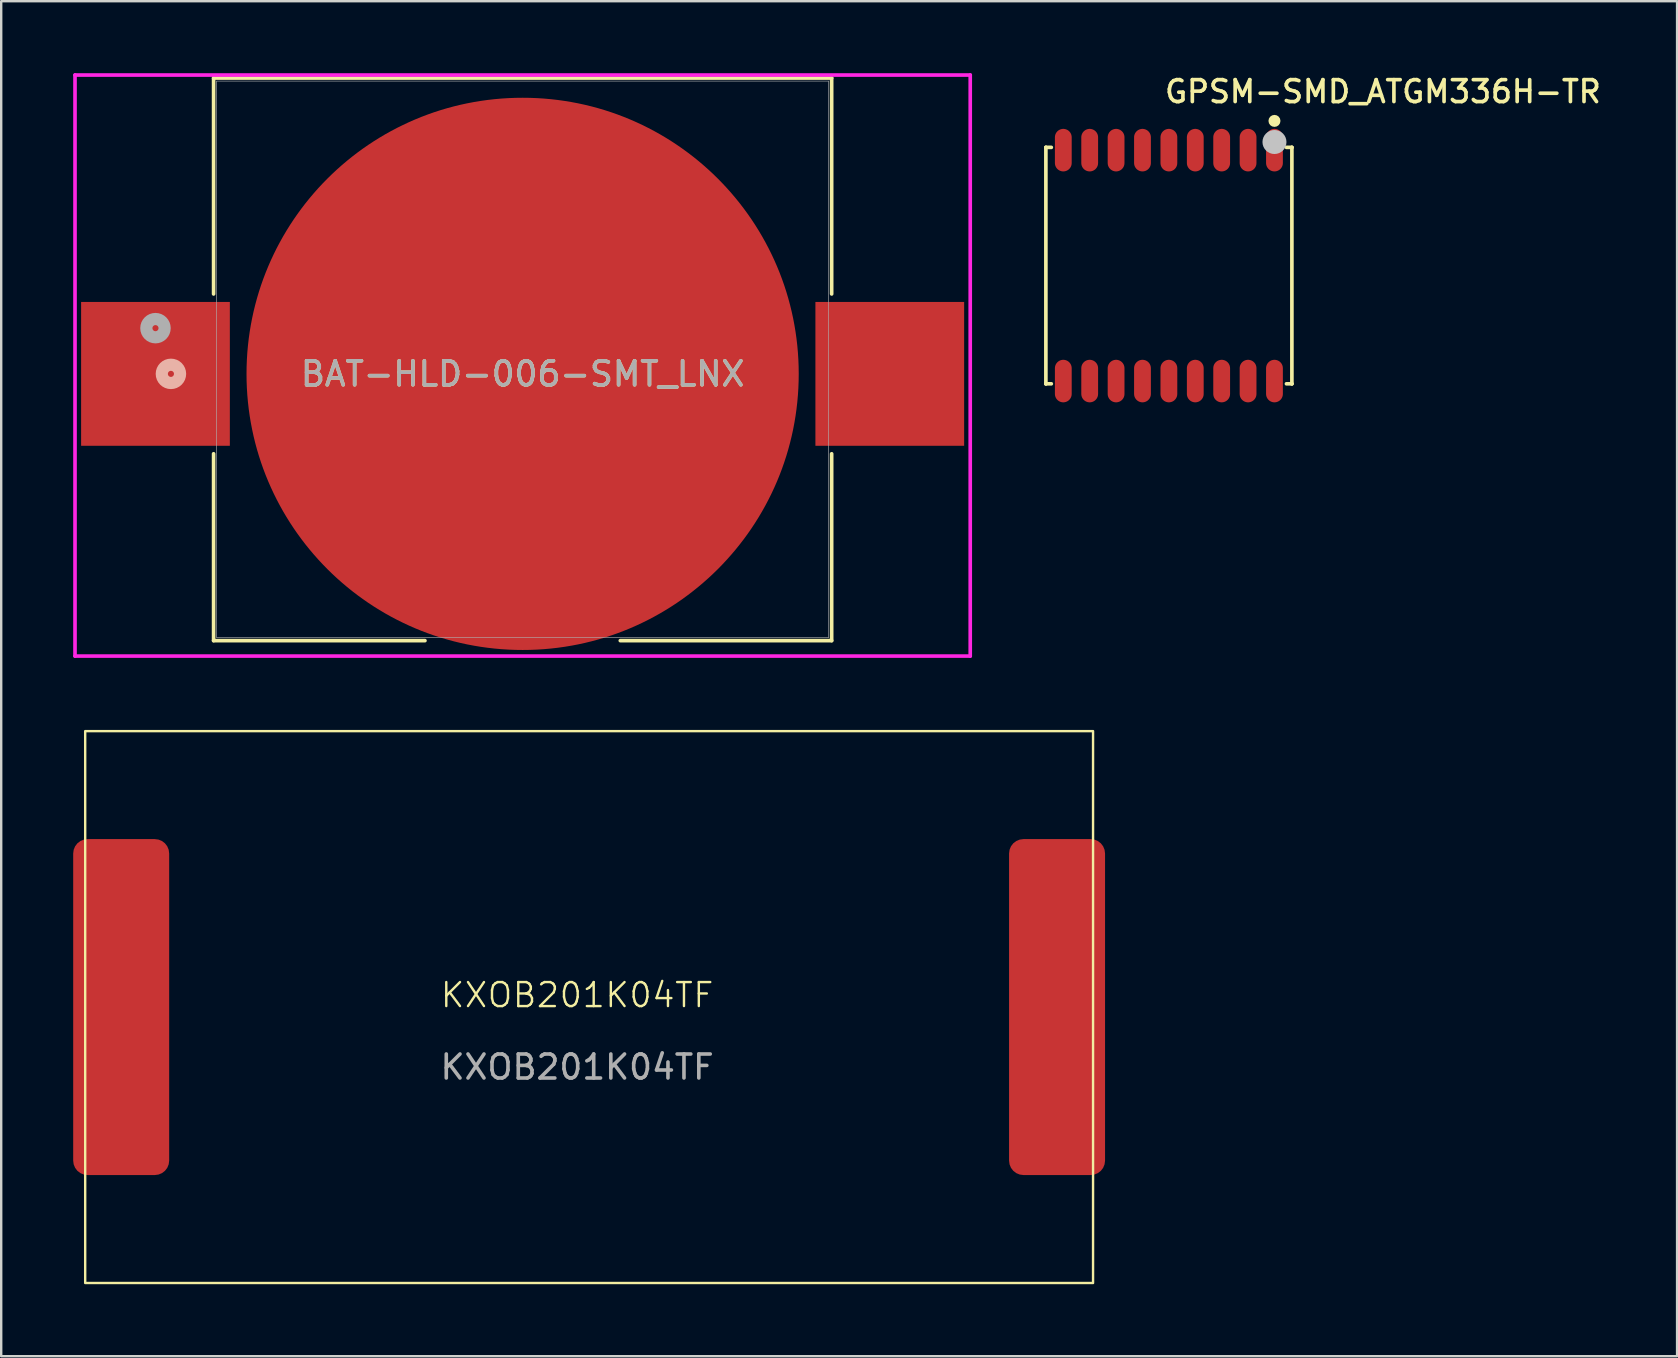
<source format=kicad_pcb>
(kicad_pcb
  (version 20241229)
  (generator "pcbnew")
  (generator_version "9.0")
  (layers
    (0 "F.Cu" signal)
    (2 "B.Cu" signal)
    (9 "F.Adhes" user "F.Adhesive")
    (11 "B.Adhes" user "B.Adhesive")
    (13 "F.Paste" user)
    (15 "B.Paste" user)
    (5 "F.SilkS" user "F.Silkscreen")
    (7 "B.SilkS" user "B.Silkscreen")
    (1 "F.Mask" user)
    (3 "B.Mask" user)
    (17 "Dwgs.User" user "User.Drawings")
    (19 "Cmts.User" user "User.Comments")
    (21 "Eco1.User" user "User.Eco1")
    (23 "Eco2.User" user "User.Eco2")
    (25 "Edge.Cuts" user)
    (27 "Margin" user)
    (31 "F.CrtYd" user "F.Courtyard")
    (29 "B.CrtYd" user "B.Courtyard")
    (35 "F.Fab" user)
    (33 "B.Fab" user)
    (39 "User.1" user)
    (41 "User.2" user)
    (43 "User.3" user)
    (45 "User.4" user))
  (footprint "BAT-HLD-006-SMT_LNX"
    (layer "F.Cu")
    (at 18.729 11.925)
    (property "Reference" "BAT-HLD-006-SMT_LNX" (at 0 0.605 0) (unlocked yes) (layer "F.SilkS") (effects (font (size 1 1) (thickness 0.15))))
    (attr smd)
    (fp_line (start -12.878 -11.722) (end -12.878 -2.725) (stroke (width 0.152) (type solid)) (layer "F.SilkS"))
    (fp_line (start -12.878 3.935) (end -12.878 11.722) (stroke (width 0.152) (type solid)) (layer "F.SilkS"))
    (fp_line (start -12.878 11.722) (end -4.07 11.722) (stroke (width 0.152) (type solid)) (layer "F.SilkS"))
    (fp_line (start 4.07 11.722) (end 12.878 11.722) (stroke (width 0.152) (type solid)) (layer "F.SilkS"))
    (fp_line (start 12.878 -11.722) (end -12.878 -11.722) (stroke (width 0.152) (type solid)) (layer "F.SilkS"))
    (fp_line (start 12.878 -2.725) (end 12.878 -11.722) (stroke (width 0.152) (type solid)) (layer "F.SilkS"))
    (fp_line (start 12.878 11.722) (end 12.878 3.935) (stroke (width 0.152) (type solid)) (layer "F.SilkS"))
    (fp_circle (center -14.656 0.605) (end -14.275 0.605) (stroke (width 0.508) (type solid)) (fill no) (layer "B.SilkS"))
    (fp_line (start -18.653 -11.849) (end -18.653 12.365) (stroke (width 0.152) (type solid)) (layer "F.CrtYd"))
    (fp_line (start -18.653 12.365) (end 18.653 12.365) (stroke (width 0.152) (type solid)) (layer "F.CrtYd"))
    (fp_line (start 18.653 -11.849) (end -18.653 -11.849) (stroke (width 0.152) (type solid)) (layer "F.CrtYd"))
    (fp_line (start 18.653 12.365) (end 18.653 -11.849) (stroke (width 0.152) (type solid)) (layer "F.CrtYd"))
    (fp_line (start -12.751 -11.595) (end -12.751 11.595) (stroke (width 0.025) (type solid)) (layer "F.Fab"))
    (fp_line (start -12.751 11.595) (end 12.751 11.595) (stroke (width 0.025) (type solid)) (layer "F.Fab"))
    (fp_line (start 12.751 -11.595) (end -12.751 -11.595) (stroke (width 0.025) (type solid)) (layer "F.Fab"))
    (fp_line (start 12.751 11.595) (end 12.751 -11.595) (stroke (width 0.025) (type solid)) (layer "F.Fab"))
    (fp_circle (center -15.3 -1.3) (end -14.919 -1.3) (stroke (width 0.508) (type solid)) (fill no) (layer "F.Fab"))
    (fp_text user "${REFERENCE}" (at 0 0.605 0) (unlocked yes) (layer "F.Fab") (effects (font (size 1 1) (thickness 0.15))))
    (pad "1" smd rect (at -15.3 0.605) (size 6.198 5.994) (layers "F.Cu" "F.Mask" "F.Paste"))
    (pad "2" smd rect (at 15.3 0.605) (size 6.198 5.994) (layers "F.Cu" "F.Mask" "F.Paste"))
    (pad "3" smd circle (at 0 0.605) (size 23.012 23.012) (layers "F.Cu" "F.Mask" "F.Paste")))
  (footprint "KXOB201K04TF"
    (layer "F.Cu")
    (at 21 38.917)
    (property "Reference" "KXOB201K04TF" (at 0 -0.5 0) (unlocked yes) (layer "F.SilkS") (effects (font (size 1 1) (thickness 0.1))))
    (attr smd)
    (fp_rect (start -20.5 -11.5) (end 21.5 11.5) (stroke (width 0.1) (type default)) (fill no) (layer "F.SilkS"))
    (fp_rect (start -20.5 -11.5) (end 21.5 11.5) (stroke (width 0.1) (type default)) (fill no) (layer "Margin"))
    (fp_text user "${REFERENCE}" (at 0 2.5 0) (unlocked yes) (layer "F.Fab") (effects (font (size 1 1) (thickness 0.15))))
    (pad "1" smd roundrect (at 20 0 180) (size 4 14) (layers "F.Cu" "F.Mask" "F.Paste") (roundrect_rratio 0.15))
    (pad "2" smd roundrect (at -19 0 180) (size 4 14) (layers "F.Cu" "F.Mask" "F.Paste") (roundrect_rratio 0.15)))
  (footprint "GPSM-SMD_ATGM336H-TR"
    (layer "F.Cu")
    (at 45.66 8.018)
    (property "Reference" "GPSM-SMD_ATGM336H-TR" (at -0.254 -7.785 0) (layer "F.SilkS") (effects (font (size 0.914 0.914) (thickness 0.152)) (justify left top)))
    (fp_line (start -5.126 -4.926) (end -5.126 -4.926) (stroke (width 0.152) (type default)) (layer "F.SilkS"))
    (fp_line (start -5.126 -4.926) (end -5.126 4.926) (stroke (width 0.152) (type default)) (layer "F.SilkS"))
    (fp_line (start -5.126 4.926) (end -5.126 4.926) (stroke (width 0.152) (type default)) (layer "F.SilkS"))
    (fp_line (start -5.126 4.926) (end -4.899 4.926) (stroke (width 0.152) (type default)) (layer "F.SilkS"))
    (fp_line (start -4.899 -4.926) (end -5.126 -4.926) (stroke (width 0.152) (type default)) (layer "F.SilkS"))
    (fp_line (start 4.899 -4.926) (end 5.126 -4.926) (stroke (width 0.152) (type default)) (layer "F.SilkS"))
    (fp_line (start 5.126 -4.926) (end 5.126 -4.926) (stroke (width 0.152) (type default)) (layer "F.SilkS"))
    (fp_line (start 5.126 -4.926) (end 5.126 4.926) (stroke (width 0.152) (type default)) (layer "F.SilkS"))
    (fp_line (start 5.126 4.926) (end 4.899 4.926) (stroke (width 0.152) (type default)) (layer "F.SilkS"))
    (fp_line (start 5.126 4.926) (end 5.126 4.926) (stroke (width 0.152) (type default)) (layer "F.SilkS"))
    (fp_circle (center 4.4 -6.03) (end 4.525 -6.03) (stroke (width 0.25) (type default)) (fill no) (layer "F.SilkS"))
    (fp_circle (center 4.4 -5.15) (end 4.65 -5.15) (stroke (width 0.5) (type default)) (fill no) (layer "Dwgs.User"))
    (fp_circle (center 5.05 -4.85) (end 5.08 -4.85) (stroke (width 0.06) (type default)) (fill no) (layer "User.5"))
    (pad "1" smd oval (at 4.4 -4.811 180) (size 0.7 1.773) (layers "F.Cu" "F.Mask" "F.Paste"))
    (pad "2" smd oval (at 3.3 -4.811 180) (size 0.7 1.773) (layers "F.Cu" "F.Mask" "F.Paste"))
    (pad "3" smd oval (at 2.2 -4.811 180) (size 0.7 1.773) (layers "F.Cu" "F.Mask" "F.Paste"))
    (pad "4" smd oval (at 1.1 -4.811 180) (size 0.7 1.773) (layers "F.Cu" "F.Mask" "F.Paste"))
    (pad "5" smd oval (at 0.0001 -4.811 180) (size 0.7 1.773) (layers "F.Cu" "F.Mask" "F.Paste"))
    (pad "6" smd oval (at -1.1 -4.811 180) (size 0.7 1.773) (layers "F.Cu" "F.Mask" "F.Paste"))
    (pad "7" smd oval (at -2.2 -4.811 180) (size 0.7 1.773) (layers "F.Cu" "F.Mask" "F.Paste"))
    (pad "8" smd oval (at -3.3 -4.811 180) (size 0.7 1.773) (layers "F.Cu" "F.Mask" "F.Paste"))
    (pad "9" smd oval (at -4.4 -4.811 180) (size 0.7 1.773) (layers "F.Cu" "F.Mask" "F.Paste"))
    (pad "10" smd oval (at -4.4 4.812 180) (size 0.7 1.773) (layers "F.Cu" "F.Mask" "F.Paste"))
    (pad "11" smd oval (at -3.3 4.812 180) (size 0.7 1.773) (layers "F.Cu" "F.Mask" "F.Paste"))
    (pad "12" smd oval (at -2.2 4.812 180) (size 0.7 1.773) (layers "F.Cu" "F.Mask" "F.Paste"))
    (pad "13" smd oval (at -1.1 4.812 180) (size 0.7 1.773) (layers "F.Cu" "F.Mask" "F.Paste"))
    (pad "14" smd oval (at 0.0001 4.812 180) (size 0.7 1.773) (layers "F.Cu" "F.Mask" "F.Paste"))
    (pad "15" smd oval (at 1.1 4.812 180) (size 0.7 1.773) (layers "F.Cu" "F.Mask" "F.Paste"))
    (pad "16" smd oval (at 2.2 4.812 180) (size 0.7 1.773) (layers "F.Cu" "F.Mask" "F.Paste"))
    (pad "17" smd oval (at 3.3 4.812 180) (size 0.7 1.773) (layers "F.Cu" "F.Mask" "F.Paste"))
    (pad "18" smd oval (at 4.4 4.812 180) (size 0.7 1.773) (layers "F.Cu" "F.Mask" "F.Paste"))
    (zone (net_name "") (layer "User.3") (hatch edge 0.5) (priority 100) (connect_pads yes) (min_thickness 0) (filled_areas_thickness no) (fill yes) (polygon (pts (xy 50.71 3.168) (xy 50.71 12.868) (xy 40.61 12.868) (xy 40.61 3.168))) (filled_polygon (layer "User.3") (island) (pts (xy 50.71 3.168) (xy 50.71 12.868) (xy 40.61 12.868) (xy 40.61 3.168))))
    (zone (net_name "") (layer "User.4") (hatch edge 0.5) (priority 100) (connect_pads yes) (min_thickness 0) (filled_areas_thickness no) (fill yes) (polygon (pts (xy 41.66 4.068) (xy 40.86 4.068) (xy 40.86 3.168) (xy 41.66 3.168))) (filled_polygon (layer "User.4") (island) (pts (xy 41.66 4.068) (xy 40.86 4.068) (xy 40.86 3.168) (xy 41.66 3.168))))
    (zone (net_name "") (layer "User.4") (hatch edge 0.5) (priority 100) (connect_pads yes) (min_thickness 0) (filled_areas_thickness no) (fill yes) (polygon (pts (xy 41.66 12.868) (xy 40.86 12.868) (xy 40.86 11.968) (xy 41.66 11.968))) (filled_polygon (layer "User.4") (island) (pts (xy 41.66 12.868) (xy 40.86 12.868) (xy 40.86 11.968) (xy 41.66 11.968))))
    (zone (net_name "") (layer "User.4") (hatch edge 0.5) (priority 100) (connect_pads yes) (min_thickness 0) (filled_areas_thickness no) (fill yes) (polygon (pts (xy 42.76 4.068) (xy 41.96 4.068) (xy 41.96 3.168) (xy 42.76 3.168))) (filled_polygon (layer "User.4") (island) (pts (xy 42.76 4.068) (xy 41.96 4.068) (xy 41.96 3.168) (xy 42.76 3.168))))
    (zone (net_name "") (layer "User.4") (hatch edge 0.5) (priority 100) (connect_pads yes) (min_thickness 0) (filled_areas_thickness no) (fill yes) (polygon (pts (xy 42.76 12.868) (xy 41.96 12.868) (xy 41.96 11.968) (xy 42.76 11.968))) (filled_polygon (layer "User.4") (island) (pts (xy 42.76 12.868) (xy 41.96 12.868) (xy 41.96 11.968) (xy 42.76 11.968))))
    (zone (net_name "") (layer "User.4") (hatch edge 0.5) (priority 100) (connect_pads yes) (min_thickness 0) (filled_areas_thickness no) (fill yes) (polygon (pts (xy 43.86 4.068) (xy 43.06 4.068) (xy 43.06 3.168) (xy 43.86 3.168))) (filled_polygon (layer "User.4") (island) (pts (xy 43.86 4.068) (xy 43.06 4.068) (xy 43.06 3.168) (xy 43.86 3.168))))
    (zone (net_name "") (layer "User.4") (hatch edge 0.5) (priority 100) (connect_pads yes) (min_thickness 0) (filled_areas_thickness no) (fill yes) (polygon (pts (xy 43.86 12.868) (xy 43.06 12.868) (xy 43.06 11.968) (xy 43.86 11.968))) (filled_polygon (layer "User.4") (island) (pts (xy 43.86 12.868) (xy 43.06 12.868) (xy 43.06 11.968) (xy 43.86 11.968))))
    (zone (net_name "") (layer "User.4") (hatch edge 0.5) (priority 100) (connect_pads yes) (min_thickness 0) (filled_areas_thickness no) (fill yes) (polygon (pts (xy 44.96 4.068) (xy 44.16 4.068) (xy 44.16 3.168) (xy 44.96 3.168))) (filled_polygon (layer "User.4") (island) (pts (xy 44.96 4.068) (xy 44.16 4.068) (xy 44.16 3.168) (xy 44.96 3.168))))
    (zone (net_name "") (layer "User.4") (hatch edge 0.5) (priority 100) (connect_pads yes) (min_thickness 0) (filled_areas_thickness no) (fill yes) (polygon (pts (xy 44.96 12.868) (xy 44.16 12.868) (xy 44.16 11.968) (xy 44.96 11.968))) (filled_polygon (layer "User.4") (island) (pts (xy 44.96 12.868) (xy 44.16 12.868) (xy 44.16 11.968) (xy 44.96 11.968))))
    (zone (net_name "") (layer "User.4") (hatch edge 0.5) (priority 100) (connect_pads yes) (min_thickness 0) (filled_areas_thickness no) (fill yes) (polygon (pts (xy 46.06 4.068) (xy 45.26 4.068) (xy 45.26 3.168) (xy 46.06 3.168))) (filled_polygon (layer "User.4") (island) (pts (xy 46.06 4.068) (xy 45.26 4.068) (xy 45.26 3.168) (xy 46.06 3.168))))
    (zone (net_name "") (layer "User.4") (hatch edge 0.5) (priority 100) (connect_pads yes) (min_thickness 0) (filled_areas_thickness no) (fill yes) (polygon (pts (xy 46.06 12.868) (xy 45.26 12.868) (xy 45.26 11.968) (xy 46.06 11.968))) (filled_polygon (layer "User.4") (island) (pts (xy 46.06 12.868) (xy 45.26 12.868) (xy 45.26 11.968) (xy 46.06 11.968))))
    (zone (net_name "") (layer "User.4") (hatch edge 0.5) (priority 100) (connect_pads yes) (min_thickness 0) (filled_areas_thickness no) (fill yes) (polygon (pts (xy 47.16 4.068) (xy 46.36 4.068) (xy 46.36 3.168) (xy 47.16 3.168))) (filled_polygon (layer "User.4") (island) (pts (xy 47.16 4.068) (xy 46.36 4.068) (xy 46.36 3.168) (xy 47.16 3.168))))
    (zone (net_name "") (layer "User.4") (hatch edge 0.5) (priority 100) (connect_pads yes) (min_thickness 0) (filled_areas_thickness no) (fill yes) (polygon (pts (xy 47.16 12.868) (xy 46.36 12.868) (xy 46.36 11.968) (xy 47.16 11.968))) (filled_polygon (layer "User.4") (island) (pts (xy 47.16 12.868) (xy 46.36 12.868) (xy 46.36 11.968) (xy 47.16 11.968))))
    (zone (net_name "") (layer "User.4") (hatch edge 0.5) (priority 100) (connect_pads yes) (min_thickness 0) (filled_areas_thickness no) (fill yes) (polygon (pts (xy 48.26 4.068) (xy 47.46 4.068) (xy 47.46 3.168) (xy 48.26 3.168))) (filled_polygon (layer "User.4") (island) (pts (xy 48.26 4.068) (xy 47.46 4.068) (xy 47.46 3.168) (xy 48.26 3.168))))
    (zone (net_name "") (layer "User.4") (hatch edge 0.5) (priority 100) (connect_pads yes) (min_thickness 0) (filled_areas_thickness no) (fill yes) (polygon (pts (xy 48.26 12.868) (xy 47.46 12.868) (xy 47.46 11.968) (xy 48.26 11.968))) (filled_polygon (layer "User.4") (island) (pts (xy 48.26 12.868) (xy 47.46 12.868) (xy 47.46 11.968) (xy 48.26 11.968))))
    (zone (net_name "") (layer "User.4") (hatch edge 0.5) (priority 100) (connect_pads yes) (min_thickness 0) (filled_areas_thickness no) (fill yes) (polygon (pts (xy 49.36 4.068) (xy 48.56 4.068) (xy 48.56 3.168) (xy 49.36 3.168))) (filled_polygon (layer "User.4") (island) (pts (xy 49.36 4.068) (xy 48.56 4.068) (xy 48.56 3.168) (xy 49.36 3.168))))
    (zone (net_name "") (layer "User.4") (hatch edge 0.5) (priority 100) (connect_pads yes) (min_thickness 0) (filled_areas_thickness no) (fill yes) (polygon (pts (xy 49.36 12.868) (xy 48.56 12.868) (xy 48.56 11.968) (xy 49.36 11.968))) (filled_polygon (layer "User.4") (island) (pts (xy 49.36 12.868) (xy 48.56 12.868) (xy 48.56 11.968) (xy 49.36 11.968))))
    (zone (net_name "") (layer "User.4") (hatch edge 0.5) (priority 100) (connect_pads yes) (min_thickness 0) (filled_areas_thickness no) (fill yes) (polygon (pts (xy 50.46 4.068) (xy 49.66 4.068) (xy 49.66 3.168) (xy 50.46 3.168))) (filled_polygon (layer "User.4") (island) (pts (xy 50.46 4.068) (xy 49.66 4.068) (xy 49.66 3.168) (xy 50.46 3.168))))
    (zone (net_name "") (layer "User.4") (hatch edge 0.5) (priority 100) (connect_pads yes) (min_thickness 0) (filled_areas_thickness no) (fill yes) (polygon (pts (xy 50.46 12.868) (xy 49.66 12.868) (xy 49.66 11.968) (xy 50.46 11.968))) (filled_polygon (layer "User.4") (island) (pts (xy 50.46 12.868) (xy 49.66 12.868) (xy 49.66 11.968) (xy 50.46 11.968)))))
  (gr_rect
    (start -3 -3)
    (end 66.838 53.467)
    (stroke (width 0.1) (type default))
    (fill no)
    (layer "Edge.Cuts")))
</source>
